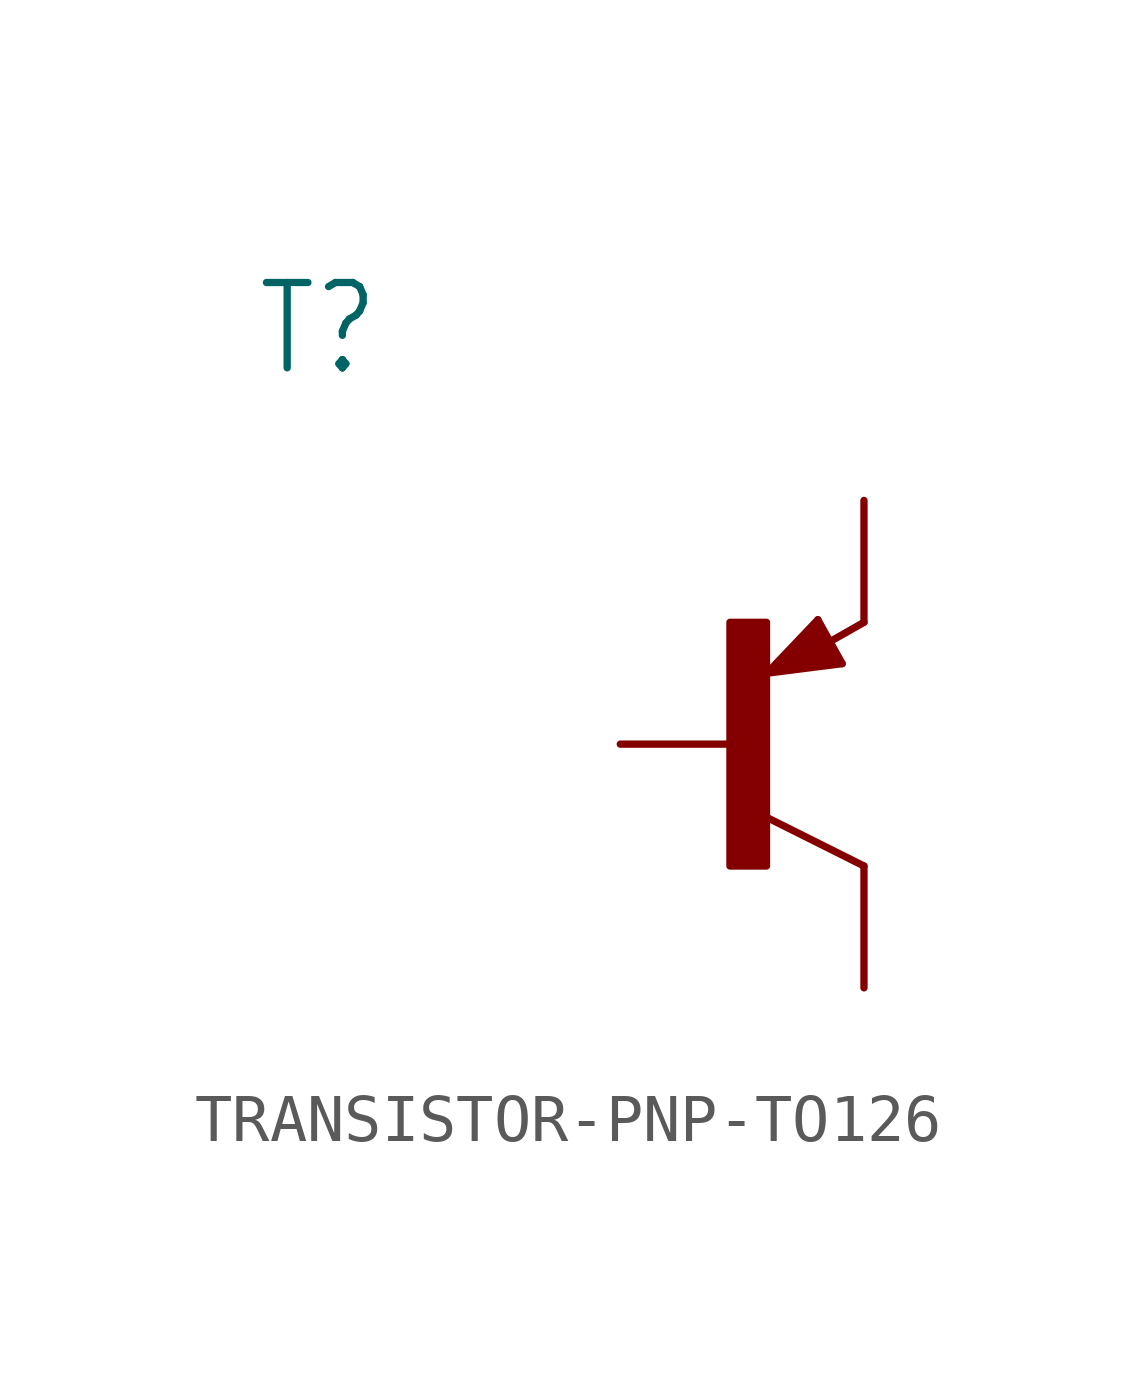
<source format=kicad_sym>
(kicad_symbol_lib
  (version 20231120)
  (generator "kicad_symbol_editor")
  (generator_version "8.0")
  (symbol "TRANSISTOR-PNP-TO126"
    (property "Reference" "T"
      (at -10.16 7.62 0)
      (effects (font (size 1.778 1.511)) (justify left bottom)))
    (property "Value" ""
      (at -10.16 5.08 0)
      (effects (font (size 1.778 1.511)) (justify left bottom)))
    (property "ki_locked" ""
      (at 0 0 0)
      (effects (font (size 1.27 1.27))))
    (symbol "TRANSISTOR-PNP-TO126_1_0"
      (rectangle (start -0.254 -2.54) (end 0.508 2.54) (stroke (width 0) (type default)) (fill (type outline)))
      (polyline (pts (xy 0.516 1.478) (xy 2.086 1.678)) (stroke (width 0.152) (type solid)) (fill (type none)))
      (polyline (pts (xy 0.762 1.651) (xy 1.778 1.778)) (stroke (width 0.254) (type solid)) (fill (type none)))
      (polyline (pts (xy 1.143 1.905) (xy 1.524 1.905)) (stroke (width 0.254) (type solid)) (fill (type none)))
      (polyline (pts (xy 1.524 2.159) (xy 1.143 1.905)) (stroke (width 0.254) (type solid)) (fill (type none)))
      (polyline (pts (xy 1.524 2.413) (xy 0.762 1.651)) (stroke (width 0.254) (type solid)) (fill (type none)))
      (polyline (pts (xy 1.578 2.594) (xy 0.516 1.478)) (stroke (width 0.152) (type solid)) (fill (type none)))
      (polyline (pts (xy 1.778 1.778) (xy 1.524 2.159)) (stroke (width 0.254) (type solid)) (fill (type none)))
      (polyline (pts (xy 1.905 1.778) (xy 1.524 2.413)) (stroke (width 0.254) (type solid)) (fill (type none)))
      (polyline (pts (xy 2.086 1.678) (xy 1.578 2.594)) (stroke (width 0.152) (type solid)) (fill (type none)))
      (polyline (pts (xy 2.54 -2.54) (xy 0.508 -1.524)) (stroke (width 0.152) (type solid)) (fill (type none)))
      (polyline (pts (xy 2.54 2.54) (xy 1.808 2.124)) (stroke (width 0.152) (type solid)) (fill (type none)))
      (pin passive line (at 2.54 5.08 270) (length 2.54) (name "E" (effects (font (size 0 0)))) (number "1" (effects (font (size 0 0)))))
      (pin passive line (at 2.54 -5.08 90) (length 2.54) (name "C" (effects (font (size 0 0)))) (number "2" (effects (font (size 0 0)))))
      (pin passive line (at -2.54 0 0) (length 2.54) (name "B" (effects (font (size 0 0)))) (number "3" (effects (font (size 0 0))))))))
</source>
